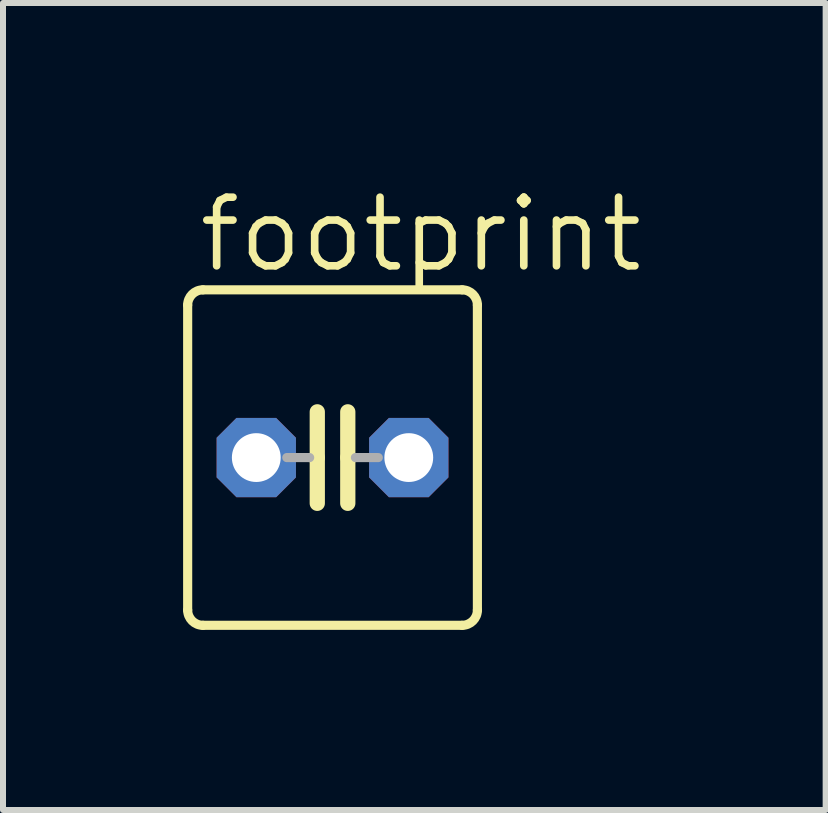
<source format=kicad_pcb>
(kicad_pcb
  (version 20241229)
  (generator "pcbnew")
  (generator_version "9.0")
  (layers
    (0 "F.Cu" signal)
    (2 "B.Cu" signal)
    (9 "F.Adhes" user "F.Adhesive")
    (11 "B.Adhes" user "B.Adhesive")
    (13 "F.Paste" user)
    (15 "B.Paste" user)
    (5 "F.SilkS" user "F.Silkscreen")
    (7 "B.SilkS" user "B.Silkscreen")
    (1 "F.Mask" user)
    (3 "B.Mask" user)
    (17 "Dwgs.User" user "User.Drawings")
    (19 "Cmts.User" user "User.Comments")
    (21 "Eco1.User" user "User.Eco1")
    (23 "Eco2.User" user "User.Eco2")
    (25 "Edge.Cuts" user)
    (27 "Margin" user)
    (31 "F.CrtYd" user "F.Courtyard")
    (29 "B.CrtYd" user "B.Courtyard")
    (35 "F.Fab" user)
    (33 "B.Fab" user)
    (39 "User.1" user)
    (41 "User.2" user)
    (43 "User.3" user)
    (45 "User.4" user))
  (footprint "footprint"
    (layer "F.Cu")
    (at 2.489 4.572)
    (property "Reference" "footprint" (at -2.286 -3.048 0) (layer "F.SilkS") (effects (font (size 1.143 1.143) (thickness 0.127)) (justify left bottom)))
    (fp_line (start -2.413 -2.54) (end -2.413 2.54) (stroke (width 0.152) (type solid)) (layer "F.SilkS"))
    (fp_line (start -2.159 -2.794) (end 2.159 -2.794) (stroke (width 0.152) (type solid)) (layer "F.SilkS"))
    (fp_line (start -0.254 -0.762) (end -0.254 0) (stroke (width 0.254) (type solid)) (layer "F.SilkS"))
    (fp_line (start -0.254 0) (end -0.381 0) (stroke (width 0.152) (type solid)) (layer "F.SilkS"))
    (fp_line (start -0.254 0) (end -0.254 0.762) (stroke (width 0.254) (type solid)) (layer "F.SilkS"))
    (fp_line (start 0.254 0) (end 0.254 -0.762) (stroke (width 0.254) (type solid)) (layer "F.SilkS"))
    (fp_line (start 0.254 0) (end 0.254 0.762) (stroke (width 0.254) (type solid)) (layer "F.SilkS"))
    (fp_line (start 0.381 0) (end 0.254 0) (stroke (width 0.152) (type solid)) (layer "F.SilkS"))
    (fp_line (start 2.159 2.794) (end -2.159 2.794) (stroke (width 0.152) (type solid)) (layer "F.SilkS"))
    (fp_line (start 2.413 -2.54) (end 2.413 2.54) (stroke (width 0.152) (type solid)) (layer "F.SilkS"))
    (fp_arc (start -2.413 -2.54) (mid -2.338605 -2.719605) (end -2.159 -2.794) (stroke (width 0.1524) (type solid)) (layer "F.SilkS"))
    (fp_arc (start -2.159 2.794) (mid -2.338605 2.719605) (end -2.413 2.54) (stroke (width 0.1524) (type solid)) (layer "F.SilkS"))
    (fp_arc (start 2.159 -2.794) (mid 2.338605 -2.719605) (end 2.413 -2.54) (stroke (width 0.1524) (type solid)) (layer "F.SilkS"))
    (fp_arc (start 2.413 2.54) (mid 2.338605 2.719605) (end 2.159 2.794) (stroke (width 0.1524) (type solid)) (layer "F.SilkS"))
    (fp_line (start -0.381 0) (end -0.762 0) (stroke (width 0.152) (type solid)) (layer "F.Fab"))
    (fp_line (start 0.762 0) (end 0.381 0) (stroke (width 0.152) (type solid)) (layer "F.Fab"))
    (pad "1" thru_hole roundrect (at -1.27 0) (size 1.321 1.321) (drill 0.813) (layers "*.Cu" "*.Mask") (roundrect_rratio 0.25) (chamfer_ratio 0.25) (chamfer top_left top_right bottom_left bottom_right))
    (pad "2" thru_hole roundrect (at 1.27 0) (size 1.321 1.321) (drill 0.813) (layers "*.Cu" "*.Mask") (roundrect_rratio 0.25) (chamfer_ratio 0.25) (chamfer top_left top_right bottom_left bottom_right)))
  (gr_rect
    (start -3 -3)
    (end 10.703 10.442)
    (stroke (width 0.1) (type default))
    (fill no)
    (layer "Edge.Cuts")))
</source>
